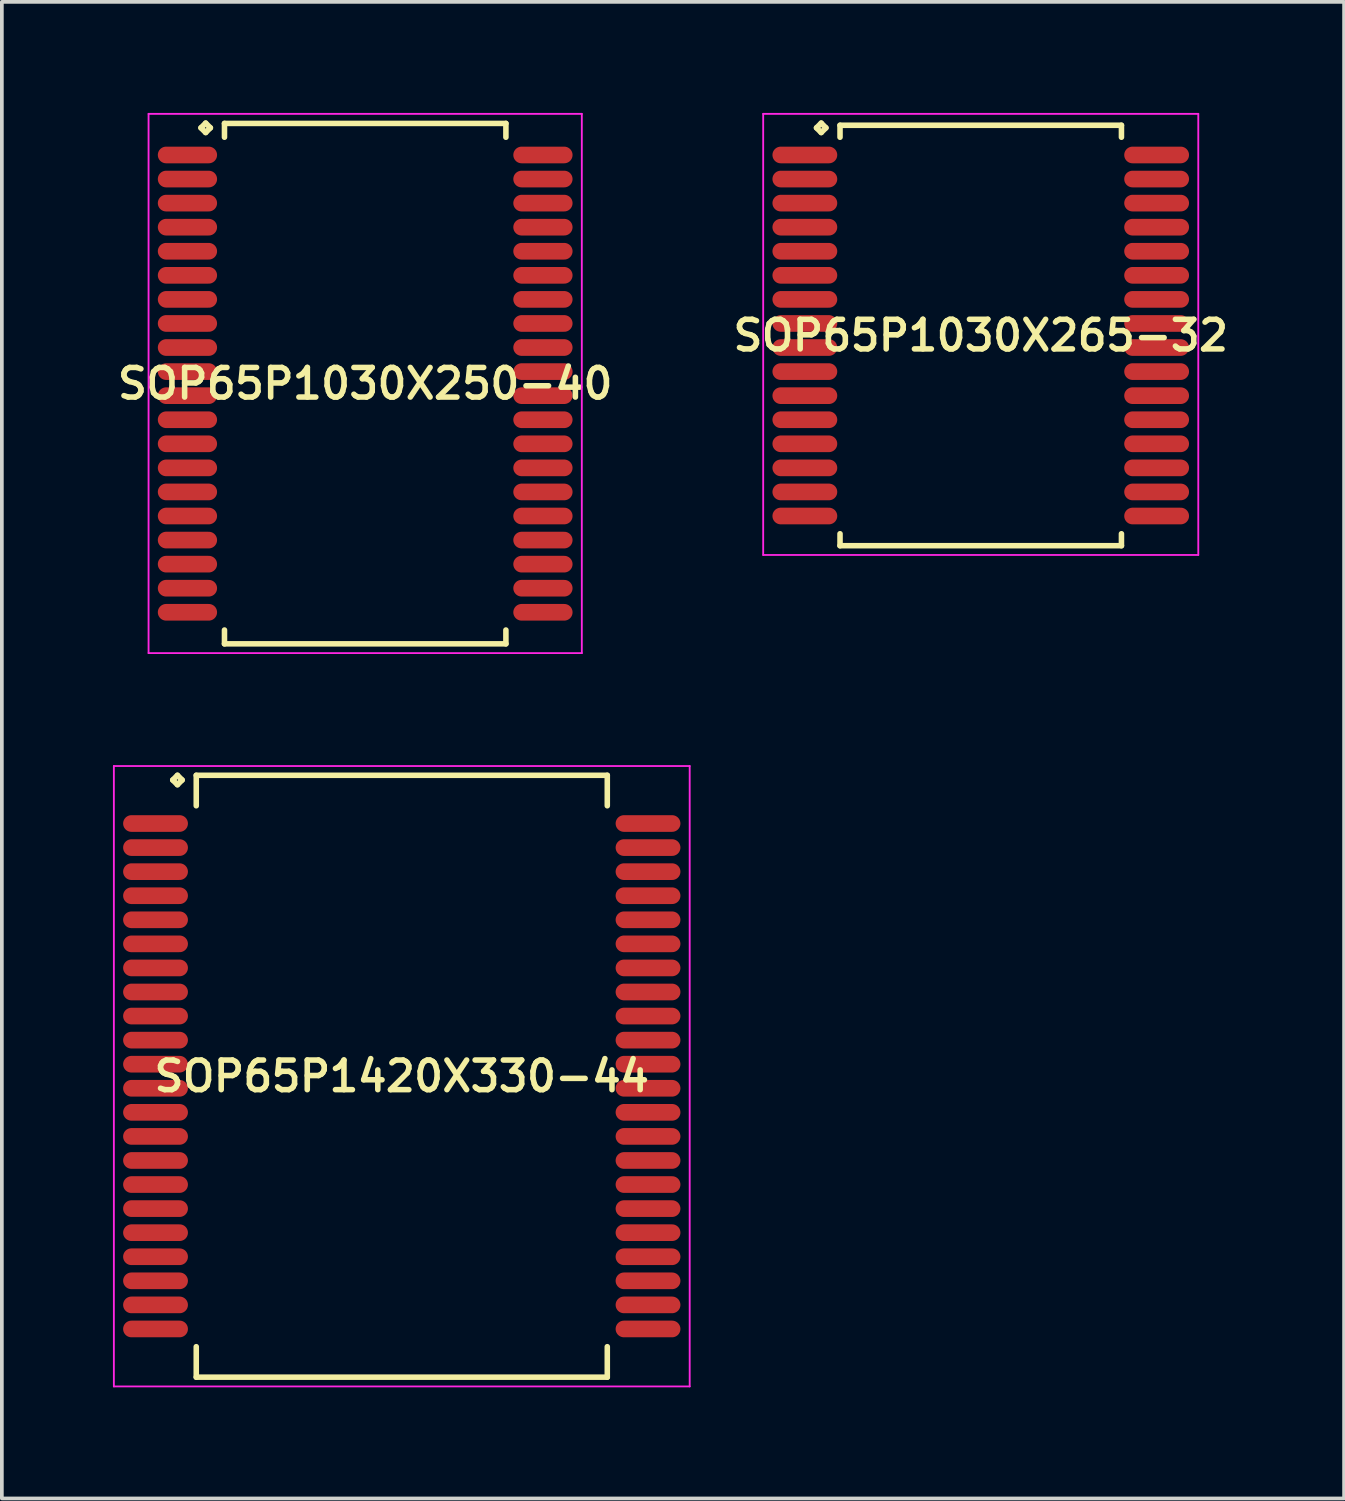
<source format=kicad_pcb>
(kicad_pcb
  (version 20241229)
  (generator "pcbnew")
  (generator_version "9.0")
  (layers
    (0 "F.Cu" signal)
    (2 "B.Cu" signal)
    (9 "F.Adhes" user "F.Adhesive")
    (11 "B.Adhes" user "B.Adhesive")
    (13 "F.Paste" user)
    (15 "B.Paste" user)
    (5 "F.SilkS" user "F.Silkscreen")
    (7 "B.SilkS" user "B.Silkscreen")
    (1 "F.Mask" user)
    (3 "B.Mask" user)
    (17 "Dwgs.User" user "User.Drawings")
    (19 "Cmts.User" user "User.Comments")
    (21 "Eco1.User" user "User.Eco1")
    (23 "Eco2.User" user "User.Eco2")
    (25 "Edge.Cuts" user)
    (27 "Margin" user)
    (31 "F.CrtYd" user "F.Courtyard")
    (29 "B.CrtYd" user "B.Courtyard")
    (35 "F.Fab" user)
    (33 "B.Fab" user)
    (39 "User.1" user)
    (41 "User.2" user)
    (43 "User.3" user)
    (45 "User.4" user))
  (footprint "SOP65P1030X265-32"
    (layer "F.Cu")
    (at 23.435 6.01)
    (property "Reference" "SOP65P1030X265-32" (at 0 0 0) (layer "F.SilkS") (effects (font (size 0.8 0.8) (thickness 0.15))))
    (attr smd)
    (fp_line (start -4.435 -5.608) (end -4.308 -5.735) (stroke (width 0.15) (type solid)) (layer "F.SilkS"))
    (fp_line (start -4.308 -5.735) (end -4.181 -5.608) (stroke (width 0.15) (type solid)) (layer "F.SilkS"))
    (fp_line (start -4.308 -5.481) (end -4.435 -5.608) (stroke (width 0.15) (type solid)) (layer "F.SilkS"))
    (fp_line (start -4.181 -5.608) (end -4.308 -5.481) (stroke (width 0.15) (type solid)) (layer "F.SilkS"))
    (fp_line (start -3.8 -5.677) (end 3.8 -5.677) (stroke (width 0.15) (type solid)) (layer "F.SilkS"))
    (fp_line (start -3.8 -5.354) (end -3.8 -5.677) (stroke (width 0.15) (type solid)) (layer "F.SilkS"))
    (fp_line (start -3.8 5.354) (end -3.8 5.677) (stroke (width 0.15) (type solid)) (layer "F.SilkS"))
    (fp_line (start -3.8 5.677) (end 3.8 5.677) (stroke (width 0.15) (type solid)) (layer "F.SilkS"))
    (fp_line (start 3.8 -5.677) (end 3.8 -5.354) (stroke (width 0.15) (type solid)) (layer "F.SilkS"))
    (fp_line (start 3.8 5.677) (end 3.8 5.354) (stroke (width 0.15) (type solid)) (layer "F.SilkS"))
    (fp_line (start -5.875 -5.985) (end 5.875 -5.985) (stroke (width 0.05) (type solid)) (layer "F.CrtYd"))
    (fp_line (start -5.875 5.927) (end -5.875 -5.985) (stroke (width 0.05) (type solid)) (layer "F.CrtYd"))
    (fp_line (start 5.875 -5.985) (end 5.875 5.927) (stroke (width 0.05) (type solid)) (layer "F.CrtYd"))
    (fp_line (start 5.875 5.927) (end -5.875 5.927) (stroke (width 0.05) (type solid)) (layer "F.CrtYd"))
    (pad "1" smd oval (at -4.75 -4.875) (size 1.75 0.45) (layers "F.Cu" "F.Mask" "F.Paste"))
    (pad "2" smd oval (at -4.75 -4.225) (size 1.75 0.45) (layers "F.Cu" "F.Mask" "F.Paste"))
    (pad "3" smd oval (at -4.75 -3.575) (size 1.75 0.45) (layers "F.Cu" "F.Mask" "F.Paste"))
    (pad "4" smd oval (at -4.75 -2.925) (size 1.75 0.45) (layers "F.Cu" "F.Mask" "F.Paste"))
    (pad "5" smd oval (at -4.75 -2.275) (size 1.75 0.45) (layers "F.Cu" "F.Mask" "F.Paste"))
    (pad "6" smd oval (at -4.75 -1.625) (size 1.75 0.45) (layers "F.Cu" "F.Mask" "F.Paste"))
    (pad "7" smd oval (at -4.75 -0.975) (size 1.75 0.45) (layers "F.Cu" "F.Mask" "F.Paste"))
    (pad "8" smd oval (at -4.75 -0.325) (size 1.75 0.45) (layers "F.Cu" "F.Mask" "F.Paste"))
    (pad "9" smd oval (at -4.75 0.325) (size 1.75 0.45) (layers "F.Cu" "F.Mask" "F.Paste"))
    (pad "10" smd oval (at -4.75 0.975) (size 1.75 0.45) (layers "F.Cu" "F.Mask" "F.Paste"))
    (pad "11" smd oval (at -4.75 1.625) (size 1.75 0.45) (layers "F.Cu" "F.Mask" "F.Paste"))
    (pad "12" smd oval (at -4.75 2.275) (size 1.75 0.45) (layers "F.Cu" "F.Mask" "F.Paste"))
    (pad "13" smd oval (at -4.75 2.925) (size 1.75 0.45) (layers "F.Cu" "F.Mask" "F.Paste"))
    (pad "14" smd oval (at -4.75 3.575) (size 1.75 0.45) (layers "F.Cu" "F.Mask" "F.Paste"))
    (pad "15" smd oval (at -4.75 4.225) (size 1.75 0.45) (layers "F.Cu" "F.Mask" "F.Paste"))
    (pad "16" smd oval (at -4.75 4.875) (size 1.75 0.45) (layers "F.Cu" "F.Mask" "F.Paste"))
    (pad "17" smd oval (at 4.75 4.875) (size 1.75 0.45) (layers "F.Cu" "F.Mask" "F.Paste"))
    (pad "18" smd oval (at 4.75 4.225) (size 1.75 0.45) (layers "F.Cu" "F.Mask" "F.Paste"))
    (pad "19" smd oval (at 4.75 3.575) (size 1.75 0.45) (layers "F.Cu" "F.Mask" "F.Paste"))
    (pad "20" smd oval (at 4.75 2.925) (size 1.75 0.45) (layers "F.Cu" "F.Mask" "F.Paste"))
    (pad "21" smd oval (at 4.75 2.275) (size 1.75 0.45) (layers "F.Cu" "F.Mask" "F.Paste"))
    (pad "22" smd oval (at 4.75 1.625) (size 1.75 0.45) (layers "F.Cu" "F.Mask" "F.Paste"))
    (pad "23" smd oval (at 4.75 0.975) (size 1.75 0.45) (layers "F.Cu" "F.Mask" "F.Paste"))
    (pad "24" smd oval (at 4.75 0.325) (size 1.75 0.45) (layers "F.Cu" "F.Mask" "F.Paste"))
    (pad "25" smd oval (at 4.75 -0.325) (size 1.75 0.45) (layers "F.Cu" "F.Mask" "F.Paste"))
    (pad "26" smd oval (at 4.75 -0.975) (size 1.75 0.45) (layers "F.Cu" "F.Mask" "F.Paste"))
    (pad "27" smd oval (at 4.75 -1.625) (size 1.75 0.45) (layers "F.Cu" "F.Mask" "F.Paste"))
    (pad "28" smd oval (at 4.75 -2.275) (size 1.75 0.45) (layers "F.Cu" "F.Mask" "F.Paste"))
    (pad "29" smd oval (at 4.75 -2.925) (size 1.75 0.45) (layers "F.Cu" "F.Mask" "F.Paste"))
    (pad "30" smd oval (at 4.75 -3.575) (size 1.75 0.45) (layers "F.Cu" "F.Mask" "F.Paste"))
    (pad "31" smd oval (at 4.75 -4.225) (size 1.75 0.45) (layers "F.Cu" "F.Mask" "F.Paste"))
    (pad "32" smd oval (at 4.75 -4.875) (size 1.75 0.45) (layers "F.Cu" "F.Mask" "F.Paste")))
  (footprint "SOP65P1420X330-44"
    (layer "F.Cu")
    (at 7.8 26.014)
    (property "Reference" "SOP65P1420X330-44" (at 0 0 0) (layer "F.SilkS") (effects (font (size 0.8 0.8) (thickness 0.15))))
    (attr smd)
    (fp_line (start -6.185 -8) (end -6.058 -8.127) (stroke (width 0.15) (type solid)) (layer "F.SilkS"))
    (fp_line (start -6.058 -8.127) (end -5.931 -8) (stroke (width 0.15) (type solid)) (layer "F.SilkS"))
    (fp_line (start -6.058 -7.873) (end -6.185 -8) (stroke (width 0.15) (type solid)) (layer "F.SilkS"))
    (fp_line (start -5.931 -8) (end -6.058 -7.873) (stroke (width 0.15) (type solid)) (layer "F.SilkS"))
    (fp_line (start -5.55 -8.127) (end 5.55 -8.127) (stroke (width 0.15) (type solid)) (layer "F.SilkS"))
    (fp_line (start -5.55 -7.304) (end -5.55 -8.127) (stroke (width 0.15) (type solid)) (layer "F.SilkS"))
    (fp_line (start -5.55 7.304) (end -5.55 8.127) (stroke (width 0.15) (type solid)) (layer "F.SilkS"))
    (fp_line (start -5.55 8.127) (end 5.55 8.127) (stroke (width 0.15) (type solid)) (layer "F.SilkS"))
    (fp_line (start 5.55 -8.127) (end 5.55 -7.304) (stroke (width 0.15) (type solid)) (layer "F.SilkS"))
    (fp_line (start 5.55 8.127) (end 5.55 7.304) (stroke (width 0.15) (type solid)) (layer "F.SilkS"))
    (fp_line (start -7.775 -8.377) (end 7.775 -8.377) (stroke (width 0.05) (type solid)) (layer "F.CrtYd"))
    (fp_line (start -7.775 8.377) (end -7.775 -8.377) (stroke (width 0.05) (type solid)) (layer "F.CrtYd"))
    (fp_line (start 7.775 -8.377) (end 7.775 8.377) (stroke (width 0.05) (type solid)) (layer "F.CrtYd"))
    (fp_line (start 7.775 8.377) (end -7.775 8.377) (stroke (width 0.05) (type solid)) (layer "F.CrtYd"))
    (pad "1" smd oval (at -6.65 -6.825) (size 1.75 0.45) (layers "F.Cu" "F.Mask" "F.Paste"))
    (pad "2" smd oval (at -6.65 -6.175) (size 1.75 0.45) (layers "F.Cu" "F.Mask" "F.Paste"))
    (pad "3" smd oval (at -6.65 -5.525) (size 1.75 0.45) (layers "F.Cu" "F.Mask" "F.Paste"))
    (pad "4" smd oval (at -6.65 -4.875) (size 1.75 0.45) (layers "F.Cu" "F.Mask" "F.Paste"))
    (pad "5" smd oval (at -6.65 -4.225) (size 1.75 0.45) (layers "F.Cu" "F.Mask" "F.Paste"))
    (pad "6" smd oval (at -6.65 -3.575) (size 1.75 0.45) (layers "F.Cu" "F.Mask" "F.Paste"))
    (pad "7" smd oval (at -6.65 -2.925) (size 1.75 0.45) (layers "F.Cu" "F.Mask" "F.Paste"))
    (pad "8" smd oval (at -6.65 -2.275) (size 1.75 0.45) (layers "F.Cu" "F.Mask" "F.Paste"))
    (pad "9" smd oval (at -6.65 -1.625) (size 1.75 0.45) (layers "F.Cu" "F.Mask" "F.Paste"))
    (pad "10" smd oval (at -6.65 -0.975) (size 1.75 0.45) (layers "F.Cu" "F.Mask" "F.Paste"))
    (pad "11" smd oval (at -6.65 -0.325) (size 1.75 0.45) (layers "F.Cu" "F.Mask" "F.Paste"))
    (pad "12" smd oval (at -6.65 0.325) (size 1.75 0.45) (layers "F.Cu" "F.Mask" "F.Paste"))
    (pad "13" smd oval (at -6.65 0.975) (size 1.75 0.45) (layers "F.Cu" "F.Mask" "F.Paste"))
    (pad "14" smd oval (at -6.65 1.625) (size 1.75 0.45) (layers "F.Cu" "F.Mask" "F.Paste"))
    (pad "15" smd oval (at -6.65 2.275) (size 1.75 0.45) (layers "F.Cu" "F.Mask" "F.Paste"))
    (pad "16" smd oval (at -6.65 2.925) (size 1.75 0.45) (layers "F.Cu" "F.Mask" "F.Paste"))
    (pad "17" smd oval (at -6.65 3.575) (size 1.75 0.45) (layers "F.Cu" "F.Mask" "F.Paste"))
    (pad "18" smd oval (at -6.65 4.225) (size 1.75 0.45) (layers "F.Cu" "F.Mask" "F.Paste"))
    (pad "19" smd oval (at -6.65 4.875) (size 1.75 0.45) (layers "F.Cu" "F.Mask" "F.Paste"))
    (pad "20" smd oval (at -6.65 5.525) (size 1.75 0.45) (layers "F.Cu" "F.Mask" "F.Paste"))
    (pad "21" smd oval (at -6.65 6.175) (size 1.75 0.45) (layers "F.Cu" "F.Mask" "F.Paste"))
    (pad "22" smd oval (at -6.65 6.825) (size 1.75 0.45) (layers "F.Cu" "F.Mask" "F.Paste"))
    (pad "23" smd oval (at 6.65 6.825) (size 1.75 0.45) (layers "F.Cu" "F.Mask" "F.Paste"))
    (pad "24" smd oval (at 6.65 6.175) (size 1.75 0.45) (layers "F.Cu" "F.Mask" "F.Paste"))
    (pad "25" smd oval (at 6.65 5.525) (size 1.75 0.45) (layers "F.Cu" "F.Mask" "F.Paste"))
    (pad "26" smd oval (at 6.65 4.875) (size 1.75 0.45) (layers "F.Cu" "F.Mask" "F.Paste"))
    (pad "27" smd oval (at 6.65 4.225) (size 1.75 0.45) (layers "F.Cu" "F.Mask" "F.Paste"))
    (pad "28" smd oval (at 6.65 3.575) (size 1.75 0.45) (layers "F.Cu" "F.Mask" "F.Paste"))
    (pad "29" smd oval (at 6.65 2.925) (size 1.75 0.45) (layers "F.Cu" "F.Mask" "F.Paste"))
    (pad "30" smd oval (at 6.65 2.275) (size 1.75 0.45) (layers "F.Cu" "F.Mask" "F.Paste"))
    (pad "31" smd oval (at 6.65 1.625) (size 1.75 0.45) (layers "F.Cu" "F.Mask" "F.Paste"))
    (pad "32" smd oval (at 6.65 0.975) (size 1.75 0.45) (layers "F.Cu" "F.Mask" "F.Paste"))
    (pad "33" smd oval (at 6.65 0.325) (size 1.75 0.45) (layers "F.Cu" "F.Mask" "F.Paste"))
    (pad "34" smd oval (at 6.65 -0.325) (size 1.75 0.45) (layers "F.Cu" "F.Mask" "F.Paste"))
    (pad "35" smd oval (at 6.65 -0.975) (size 1.75 0.45) (layers "F.Cu" "F.Mask" "F.Paste"))
    (pad "36" smd oval (at 6.65 -1.625) (size 1.75 0.45) (layers "F.Cu" "F.Mask" "F.Paste"))
    (pad "37" smd oval (at 6.65 -2.275) (size 1.75 0.45) (layers "F.Cu" "F.Mask" "F.Paste"))
    (pad "38" smd oval (at 6.65 -2.925) (size 1.75 0.45) (layers "F.Cu" "F.Mask" "F.Paste"))
    (pad "39" smd oval (at 6.65 -3.575) (size 1.75 0.45) (layers "F.Cu" "F.Mask" "F.Paste"))
    (pad "40" smd oval (at 6.65 -4.225) (size 1.75 0.45) (layers "F.Cu" "F.Mask" "F.Paste"))
    (pad "41" smd oval (at 6.65 -4.875) (size 1.75 0.45) (layers "F.Cu" "F.Mask" "F.Paste"))
    (pad "42" smd oval (at 6.65 -5.525) (size 1.75 0.45) (layers "F.Cu" "F.Mask" "F.Paste"))
    (pad "43" smd oval (at 6.65 -6.175) (size 1.75 0.45) (layers "F.Cu" "F.Mask" "F.Paste"))
    (pad "44" smd oval (at 6.65 -6.825) (size 1.75 0.45) (layers "F.Cu" "F.Mask" "F.Paste")))
  (footprint "SOP65P1030X250-40"
    (layer "F.Cu")
    (at 6.812 7.31)
    (property "Reference" "SOP65P1030X250-40" (at 0 0 0) (layer "F.SilkS") (effects (font (size 0.8 0.8) (thickness 0.15))))
    (attr smd)
    (fp_line (start -4.435 -6.908) (end -4.308 -7.035) (stroke (width 0.15) (type solid)) (layer "F.SilkS"))
    (fp_line (start -4.308 -7.035) (end -4.181 -6.908) (stroke (width 0.15) (type solid)) (layer "F.SilkS"))
    (fp_line (start -4.308 -6.781) (end -4.435 -6.908) (stroke (width 0.15) (type solid)) (layer "F.SilkS"))
    (fp_line (start -4.181 -6.908) (end -4.308 -6.781) (stroke (width 0.15) (type solid)) (layer "F.SilkS"))
    (fp_line (start -3.8 -7.027) (end 3.8 -7.027) (stroke (width 0.15) (type solid)) (layer "F.SilkS"))
    (fp_line (start -3.8 -6.654) (end -3.8 -7.027) (stroke (width 0.15) (type solid)) (layer "F.SilkS"))
    (fp_line (start -3.8 6.654) (end -3.8 7.027) (stroke (width 0.15) (type solid)) (layer "F.SilkS"))
    (fp_line (start -3.8 7.027) (end 3.8 7.027) (stroke (width 0.15) (type solid)) (layer "F.SilkS"))
    (fp_line (start 3.8 -7.027) (end 3.8 -6.654) (stroke (width 0.15) (type solid)) (layer "F.SilkS"))
    (fp_line (start 3.8 7.027) (end 3.8 6.654) (stroke (width 0.15) (type solid)) (layer "F.SilkS"))
    (fp_line (start -5.85 -7.285) (end 5.85 -7.285) (stroke (width 0.05) (type solid)) (layer "F.CrtYd"))
    (fp_line (start -5.85 7.277) (end -5.85 -7.285) (stroke (width 0.05) (type solid)) (layer "F.CrtYd"))
    (fp_line (start 5.85 -7.285) (end 5.85 7.277) (stroke (width 0.05) (type solid)) (layer "F.CrtYd"))
    (fp_line (start 5.85 7.277) (end -5.85 7.277) (stroke (width 0.05) (type solid)) (layer "F.CrtYd"))
    (pad "1" smd oval (at -4.8 -6.175) (size 1.6 0.45) (layers "F.Cu" "F.Mask" "F.Paste"))
    (pad "2" smd oval (at -4.8 -5.525) (size 1.6 0.45) (layers "F.Cu" "F.Mask" "F.Paste"))
    (pad "3" smd oval (at -4.8 -4.875) (size 1.6 0.45) (layers "F.Cu" "F.Mask" "F.Paste"))
    (pad "4" smd oval (at -4.8 -4.225) (size 1.6 0.45) (layers "F.Cu" "F.Mask" "F.Paste"))
    (pad "5" smd oval (at -4.8 -3.575) (size 1.6 0.45) (layers "F.Cu" "F.Mask" "F.Paste"))
    (pad "6" smd oval (at -4.8 -2.925) (size 1.6 0.45) (layers "F.Cu" "F.Mask" "F.Paste"))
    (pad "7" smd oval (at -4.8 -2.275) (size 1.6 0.45) (layers "F.Cu" "F.Mask" "F.Paste"))
    (pad "8" smd oval (at -4.8 -1.625) (size 1.6 0.45) (layers "F.Cu" "F.Mask" "F.Paste"))
    (pad "9" smd oval (at -4.8 -0.975) (size 1.6 0.45) (layers "F.Cu" "F.Mask" "F.Paste"))
    (pad "10" smd oval (at -4.8 -0.325) (size 1.6 0.45) (layers "F.Cu" "F.Mask" "F.Paste"))
    (pad "11" smd oval (at -4.8 0.325) (size 1.6 0.45) (layers "F.Cu" "F.Mask" "F.Paste"))
    (pad "12" smd oval (at -4.8 0.975) (size 1.6 0.45) (layers "F.Cu" "F.Mask" "F.Paste"))
    (pad "13" smd oval (at -4.8 1.625) (size 1.6 0.45) (layers "F.Cu" "F.Mask" "F.Paste"))
    (pad "14" smd oval (at -4.8 2.275) (size 1.6 0.45) (layers "F.Cu" "F.Mask" "F.Paste"))
    (pad "15" smd oval (at -4.8 2.925) (size 1.6 0.45) (layers "F.Cu" "F.Mask" "F.Paste"))
    (pad "16" smd oval (at -4.8 3.575) (size 1.6 0.45) (layers "F.Cu" "F.Mask" "F.Paste"))
    (pad "17" smd oval (at -4.8 4.225) (size 1.6 0.45) (layers "F.Cu" "F.Mask" "F.Paste"))
    (pad "18" smd oval (at -4.8 4.875) (size 1.6 0.45) (layers "F.Cu" "F.Mask" "F.Paste"))
    (pad "19" smd oval (at -4.8 5.525) (size 1.6 0.45) (layers "F.Cu" "F.Mask" "F.Paste"))
    (pad "20" smd oval (at -4.8 6.175) (size 1.6 0.45) (layers "F.Cu" "F.Mask" "F.Paste"))
    (pad "21" smd oval (at 4.8 6.175) (size 1.6 0.45) (layers "F.Cu" "F.Mask" "F.Paste"))
    (pad "22" smd oval (at 4.8 5.525) (size 1.6 0.45) (layers "F.Cu" "F.Mask" "F.Paste"))
    (pad "23" smd oval (at 4.8 4.875) (size 1.6 0.45) (layers "F.Cu" "F.Mask" "F.Paste"))
    (pad "24" smd oval (at 4.8 4.225) (size 1.6 0.45) (layers "F.Cu" "F.Mask" "F.Paste"))
    (pad "25" smd oval (at 4.8 3.575) (size 1.6 0.45) (layers "F.Cu" "F.Mask" "F.Paste"))
    (pad "26" smd oval (at 4.8 2.925) (size 1.6 0.45) (layers "F.Cu" "F.Mask" "F.Paste"))
    (pad "27" smd oval (at 4.8 2.275) (size 1.6 0.45) (layers "F.Cu" "F.Mask" "F.Paste"))
    (pad "28" smd oval (at 4.8 1.625) (size 1.6 0.45) (layers "F.Cu" "F.Mask" "F.Paste"))
    (pad "29" smd oval (at 4.8 0.975) (size 1.6 0.45) (layers "F.Cu" "F.Mask" "F.Paste"))
    (pad "30" smd oval (at 4.8 0.325) (size 1.6 0.45) (layers "F.Cu" "F.Mask" "F.Paste"))
    (pad "31" smd oval (at 4.8 -0.325) (size 1.6 0.45) (layers "F.Cu" "F.Mask" "F.Paste"))
    (pad "32" smd oval (at 4.8 -0.975) (size 1.6 0.45) (layers "F.Cu" "F.Mask" "F.Paste"))
    (pad "33" smd oval (at 4.8 -1.625) (size 1.6 0.45) (layers "F.Cu" "F.Mask" "F.Paste"))
    (pad "34" smd oval (at 4.8 -2.275) (size 1.6 0.45) (layers "F.Cu" "F.Mask" "F.Paste"))
    (pad "35" smd oval (at 4.8 -2.925) (size 1.6 0.45) (layers "F.Cu" "F.Mask" "F.Paste"))
    (pad "36" smd oval (at 4.8 -3.575) (size 1.6 0.45) (layers "F.Cu" "F.Mask" "F.Paste"))
    (pad "37" smd oval (at 4.8 -4.225) (size 1.6 0.45) (layers "F.Cu" "F.Mask" "F.Paste"))
    (pad "38" smd oval (at 4.8 -4.875) (size 1.6 0.45) (layers "F.Cu" "F.Mask" "F.Paste"))
    (pad "39" smd oval (at 4.8 -5.525) (size 1.6 0.45) (layers "F.Cu" "F.Mask" "F.Paste"))
    (pad "40" smd oval (at 4.8 -6.175) (size 1.6 0.45) (layers "F.Cu" "F.Mask" "F.Paste")))
  (gr_rect
    (start -3 -3)
    (end 33.247 37.416)
    (stroke (width 0.1) (type default))
    (fill no)
    (layer "Edge.Cuts")))
</source>
